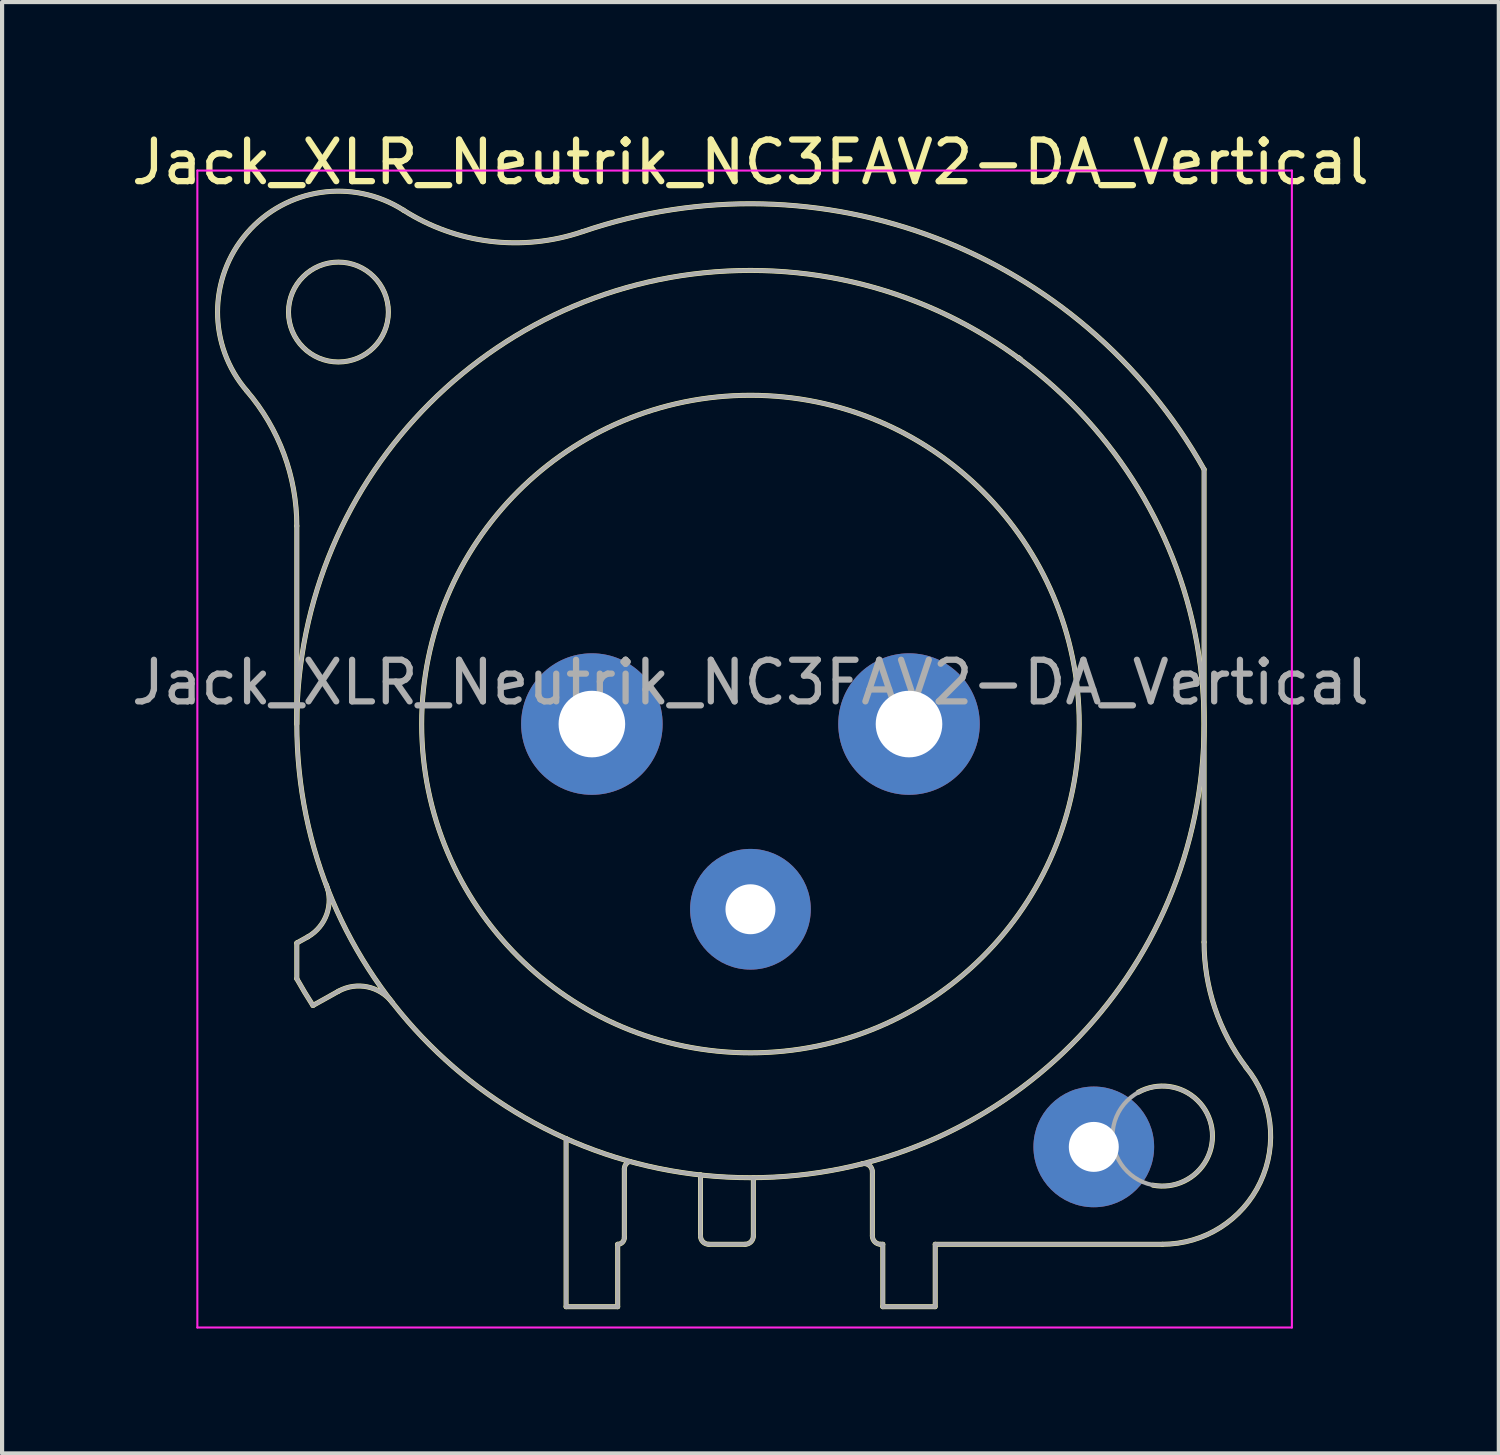
<source format=kicad_pcb>
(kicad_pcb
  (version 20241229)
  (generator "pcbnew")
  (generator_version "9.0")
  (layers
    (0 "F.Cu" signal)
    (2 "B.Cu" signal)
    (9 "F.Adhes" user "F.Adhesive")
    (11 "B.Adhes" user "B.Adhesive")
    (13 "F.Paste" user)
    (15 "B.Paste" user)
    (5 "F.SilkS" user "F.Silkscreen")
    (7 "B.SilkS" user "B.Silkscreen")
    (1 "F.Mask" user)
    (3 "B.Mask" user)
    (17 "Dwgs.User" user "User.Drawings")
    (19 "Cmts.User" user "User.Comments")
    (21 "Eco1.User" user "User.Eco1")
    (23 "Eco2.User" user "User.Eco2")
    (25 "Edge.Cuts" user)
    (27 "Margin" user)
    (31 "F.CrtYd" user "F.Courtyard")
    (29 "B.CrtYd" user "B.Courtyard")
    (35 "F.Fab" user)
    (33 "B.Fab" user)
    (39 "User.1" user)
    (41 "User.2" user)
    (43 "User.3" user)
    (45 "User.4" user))
  (footprint "Jack_XLR_Neutrik_NC3FAV2-DA_Vertical"
    (layer "F.Cu")
    (at 18.792 14.348)
    (property "Reference" "Jack_XLR_Neutrik_NC3FAV2-DA_Vertical" (at -3.81 -13.5 0) (layer "F.SilkS") (effects (font (size 1 1) (thickness 0.15))))
    (attr through_hole)
    (fp_line (start -14.71 0) (end -14.71 -4.76) (stroke (width 0.12) (type solid)) (layer "F.SilkS"))
    (fp_line (start -14.71 5.26) (end -14.71 6.12) (stroke (width 0.12) (type solid)) (layer "F.SilkS"))
    (fp_line (start -14.44 5.11) (end -14.71 5.26) (stroke (width 0.12) (type solid)) (layer "F.SilkS"))
    (fp_line (start -14.32 6.76) (end -13.71 6.42) (stroke (width 0.12) (type solid)) (layer "F.SilkS"))
    (fp_line (start -8.24 9.96) (end -8.24 14) (stroke (width 0.12) (type solid)) (layer "F.SilkS"))
    (fp_line (start -7 12.5) (end -7 14) (stroke (width 0.12) (type solid)) (layer "F.SilkS"))
    (fp_line (start -7 14) (end -8.24 14) (stroke (width 0.12) (type solid)) (layer "F.SilkS"))
    (fp_line (start -6.84 12.34) (end -6.84 10.69) (stroke (width 0.12) (type solid)) (layer "F.SilkS"))
    (fp_line (start -5.01 10.83) (end -5.01 12.3) (stroke (width 0.12) (type solid)) (layer "F.SilkS"))
    (fp_line (start -3.94 12.5) (end -4.81 12.5) (stroke (width 0.12) (type solid)) (layer "F.SilkS"))
    (fp_line (start -3.74 10.9) (end -3.74 12.3) (stroke (width 0.12) (type solid)) (layer "F.SilkS"))
    (fp_line (start -0.88 12.3) (end -0.88 10.76) (stroke (width 0.12) (type solid)) (layer "F.SilkS"))
    (fp_line (start -0.63 12.5) (end -0.68 12.5) (stroke (width 0.12) (type solid)) (layer "F.SilkS"))
    (fp_line (start -0.63 12.5) (end -0.63 14) (stroke (width 0.12) (type solid)) (layer "F.SilkS"))
    (fp_line (start 0.62 14) (end -0.63 14) (stroke (width 0.12) (type solid)) (layer "F.SilkS"))
    (fp_line (start 0.63 12.5) (end 6.09 12.5) (stroke (width 0.12) (type solid)) (layer "F.SilkS"))
    (fp_line (start 0.63 14) (end 0.63 12.5) (stroke (width 0.12) (type solid)) (layer "F.SilkS"))
    (fp_line (start 7.09 5.24) (end 7.09 -6.12) (stroke (width 0.12) (type solid)) (layer "F.SilkS"))
    (fp_arc (start -15.908829 -8.000856) (mid -15.019313 -6.48774) (end -14.71 -4.76) (stroke (width 0.12) (type solid)) (layer "F.SilkS"))
    (fp_arc (start -15.908236 -8.001617) (mid -15.907486 -11.799251) (end -12.15 -12.35) (stroke (width 0.12) (type solid)) (layer "F.SilkS"))
    (fp_arc (start -14.32314 6.763008) (mid -14.521396 6.444407) (end -14.71 6.12) (stroke (width 0.12) (type solid)) (layer "F.SilkS"))
    (fp_arc (start -14.004283 3.855674) (mid -13.989213 4.56375) (end -14.44 5.11) (stroke (width 0.12) (type solid)) (layer "F.SilkS"))
    (fp_arc (start -13.71 6.42) (mid -13.01025 6.315915) (end -12.412202 6.693832) (stroke (width 0.12) (type solid)) (layer "F.SilkS"))
    (fp_arc (start -7.848035 -11.831177) (mid -10.058192 -11.599923) (end -12.15 -12.35) (stroke (width 0.12) (type solid)) (layer "F.SilkS"))
    (fp_arc (start -7.841153 -11.83276) (mid 0.657009 -11.675197) (end 7.09 -6.12) (stroke (width 0.12) (type solid)) (layer "F.SilkS"))
    (fp_arc (start -6.84 10.69) (mid -6.803713 10.578321) (end -6.708713 10.509299) (stroke (width 0.12) (type solid)) (layer "F.SilkS"))
    (fp_arc (start -6.84 12.34) (mid -6.886863 12.453137) (end -7 12.5) (stroke (width 0.12) (type solid)) (layer "F.SilkS"))
    (fp_arc (start -4.81 12.5) (mid -4.951421 12.441421) (end -5.01 12.3) (stroke (width 0.12) (type solid)) (layer "F.SilkS"))
    (fp_arc (start -3.74 12.3) (mid -3.798579 12.441421) (end -3.94 12.5) (stroke (width 0.12) (type solid)) (layer "F.SilkS"))
    (fp_arc (start -1.1294 10.566197) (mid -0.957281 10.602076) (end -0.88 10.76) (stroke (width 0.12) (type solid)) (layer "F.SilkS"))
    (fp_arc (start -0.68 12.5) (mid -0.821421 12.441421) (end -0.88 12.3) (stroke (width 0.12) (type solid)) (layer "F.SilkS"))
    (fp_arc (start 2.636924 -8.782671) (mid 2.628394 -8.791269) (end 2.62 -8.8) (stroke (width 0.12) (type solid)) (layer "F.SilkS"))
    (fp_arc (start 2.680052 -8.767734) (mid 2.65973 -8.7835) (end 2.64 -8.8) (stroke (width 0.12) (type solid)) (layer "F.SilkS"))
    (fp_arc (start 5.507701 8.848226) (mid 7.277502 9.712546) (end 5.86 11.08) (stroke (width 0.12) (type solid)) (layer "F.SilkS"))
    (fp_arc (start 8.095865 8.245761) (mid 8.441704 11.008824) (end 6.09 12.5) (stroke (width 0.12) (type solid)) (layer "F.SilkS"))
    (fp_arc (start 8.098032 8.243976) (mid 7.348729 6.824298) (end 7.09 5.24) (stroke (width 0.12) (type solid)) (layer "F.SilkS"))
    (fp_circle (center -13.71 -9.9) (end -12.51 -9.9) (stroke (width 0.12) (type solid)) (fill no) (layer "F.SilkS"))
    (fp_circle (center -3.81 0) (end 4.09 0) (stroke (width 0.12) (type solid)) (fill no) (layer "F.SilkS"))
    (fp_circle (center -3.81 0) (end 7.09 0) (stroke (width 0.12) (type solid)) (fill no) (layer "F.SilkS"))
    (fp_line (start -17.1 -13.3) (end 9.2 -13.3) (stroke (width 0.05) (type solid)) (layer "F.CrtYd"))
    (fp_line (start -17.1 14.5) (end -17.1 -13.3) (stroke (width 0.05) (type solid)) (layer "F.CrtYd"))
    (fp_line (start 9.2 -13.3) (end 9.2 14.5) (stroke (width 0.05) (type solid)) (layer "F.CrtYd"))
    (fp_line (start 9.2 14.5) (end -17.1 14.5) (stroke (width 0.05) (type solid)) (layer "F.CrtYd"))
    (fp_line (start -14.71 0) (end -14.71 -4.76) (stroke (width 0.1) (type solid)) (layer "F.Fab"))
    (fp_line (start -14.71 5.26) (end -14.71 6.12) (stroke (width 0.1) (type solid)) (layer "F.Fab"))
    (fp_line (start -14.44 5.11) (end -14.71 5.26) (stroke (width 0.1) (type solid)) (layer "F.Fab"))
    (fp_line (start -14.32 6.76) (end -13.71 6.42) (stroke (width 0.1) (type solid)) (layer "F.Fab"))
    (fp_line (start -8.24 9.96) (end -8.24 14) (stroke (width 0.1) (type solid)) (layer "F.Fab"))
    (fp_line (start -7 12.5) (end -7 14) (stroke (width 0.1) (type solid)) (layer "F.Fab"))
    (fp_line (start -7 14) (end -8.24 14) (stroke (width 0.1) (type solid)) (layer "F.Fab"))
    (fp_line (start -6.84 12.34) (end -6.84 10.69) (stroke (width 0.1) (type solid)) (layer "F.Fab"))
    (fp_line (start -5.01 10.83) (end -5.01 12.3) (stroke (width 0.1) (type solid)) (layer "F.Fab"))
    (fp_line (start -3.94 12.5) (end -4.81 12.5) (stroke (width 0.1) (type solid)) (layer "F.Fab"))
    (fp_line (start -3.74 10.9) (end -3.74 12.3) (stroke (width 0.1) (type solid)) (layer "F.Fab"))
    (fp_line (start -0.88 12.3) (end -0.88 10.76) (stroke (width 0.1) (type solid)) (layer "F.Fab"))
    (fp_line (start -0.63 12.5) (end -0.68 12.5) (stroke (width 0.1) (type solid)) (layer "F.Fab"))
    (fp_line (start -0.63 12.5) (end -0.63 14) (stroke (width 0.1) (type solid)) (layer "F.Fab"))
    (fp_line (start 0.62 14) (end -0.63 14) (stroke (width 0.1) (type solid)) (layer "F.Fab"))
    (fp_line (start 0.63 12.5) (end 6.09 12.5) (stroke (width 0.1) (type solid)) (layer "F.Fab"))
    (fp_line (start 0.63 14) (end 0.63 12.5) (stroke (width 0.1) (type solid)) (layer "F.Fab"))
    (fp_line (start 7.09 5.24) (end 7.09 -6.12) (stroke (width 0.1) (type solid)) (layer "F.Fab"))
    (fp_arc (start -15.908829 -8.000856) (mid -15.019313 -6.48774) (end -14.71 -4.76) (stroke (width 0.1) (type solid)) (layer "F.Fab"))
    (fp_arc (start -15.908236 -8.001617) (mid -15.907486 -11.799251) (end -12.15 -12.35) (stroke (width 0.1) (type solid)) (layer "F.Fab"))
    (fp_arc (start -14.32314 6.763008) (mid -14.521396 6.444407) (end -14.71 6.12) (stroke (width 0.1) (type solid)) (layer "F.Fab"))
    (fp_arc (start -14.004283 3.855674) (mid -13.989213 4.56375) (end -14.44 5.11) (stroke (width 0.1) (type solid)) (layer "F.Fab"))
    (fp_arc (start -13.71 6.42) (mid -13.01025 6.315915) (end -12.412202 6.693832) (stroke (width 0.1) (type solid)) (layer "F.Fab"))
    (fp_arc (start -7.848035 -11.831177) (mid -10.058192 -11.599923) (end -12.15 -12.35) (stroke (width 0.1) (type solid)) (layer "F.Fab"))
    (fp_arc (start -7.841153 -11.83276) (mid 0.657009 -11.675197) (end 7.09 -6.12) (stroke (width 0.1) (type solid)) (layer "F.Fab"))
    (fp_arc (start -6.84 10.69) (mid -6.803713 10.578321) (end -6.708713 10.509299) (stroke (width 0.1) (type solid)) (layer "F.Fab"))
    (fp_arc (start -6.84 12.34) (mid -6.886863 12.453137) (end -7 12.5) (stroke (width 0.1) (type solid)) (layer "F.Fab"))
    (fp_arc (start -4.81 12.5) (mid -4.951421 12.441421) (end -5.01 12.3) (stroke (width 0.1) (type solid)) (layer "F.Fab"))
    (fp_arc (start -3.74 12.3) (mid -3.798579 12.441421) (end -3.94 12.5) (stroke (width 0.1) (type solid)) (layer "F.Fab"))
    (fp_arc (start -1.1294 10.566197) (mid -0.957281 10.602076) (end -0.88 10.76) (stroke (width 0.1) (type solid)) (layer "F.Fab"))
    (fp_arc (start -0.68 12.5) (mid -0.821421 12.441421) (end -0.88 12.3) (stroke (width 0.1) (type solid)) (layer "F.Fab"))
    (fp_arc (start 2.636924 -8.782671) (mid 2.628394 -8.791269) (end 2.62 -8.8) (stroke (width 0.1) (type solid)) (layer "F.Fab"))
    (fp_arc (start 2.680052 -8.767734) (mid 2.65973 -8.7835) (end 2.64 -8.8) (stroke (width 0.1) (type solid)) (layer "F.Fab"))
    (fp_arc (start 8.095865 8.245761) (mid 8.441704 11.008824) (end 6.09 12.5) (stroke (width 0.1) (type solid)) (layer "F.Fab"))
    (fp_arc (start 8.098032 8.243976) (mid 7.348729 6.824298) (end 7.09 5.24) (stroke (width 0.1) (type solid)) (layer "F.Fab"))
    (fp_circle (center -13.71 -9.9) (end -12.51 -9.9) (stroke (width 0.1) (type solid)) (fill no) (layer "F.Fab"))
    (fp_circle (center -3.81 0) (end 4.09 0) (stroke (width 0.1) (type solid)) (fill no) (layer "F.Fab"))
    (fp_circle (center -3.81 0) (end 7.09 0) (stroke (width 0.1) (type solid)) (fill no) (layer "F.Fab"))
    (fp_circle (center 6.09 9.9) (end 7.29 9.9) (stroke (width 0.1) (type solid)) (fill no) (layer "F.Fab"))
    (fp_text user "${REFERENCE}" (at -3.81 -1 0) (layer "F.Fab") (effects (font (size 1 1) (thickness 0.15))))
    (pad "1" thru_hole circle (at 0 0) (size 3.4 3.4) (drill 1.6) (layers "*.Cu" "*.Mask"))
    (pad "2" thru_hole circle (at -7.62 0) (size 3.4 3.4) (drill 1.6) (layers "*.Cu" "*.Mask"))
    (pad "3" thru_hole circle (at -3.81 4.45) (size 2.9 2.9) (drill 1.2) (layers "*.Cu" "*.Mask"))
    (pad "G" thru_hole circle (at 4.44 10.16) (size 2.9 2.9) (drill 1.2) (layers "*.Cu" "*.Mask")))
  (gr_rect
    (start -3 -3)
    (end 32.964 31.873)
    (stroke (width 0.1) (type default))
    (fill no)
    (layer "Edge.Cuts")))
</source>
